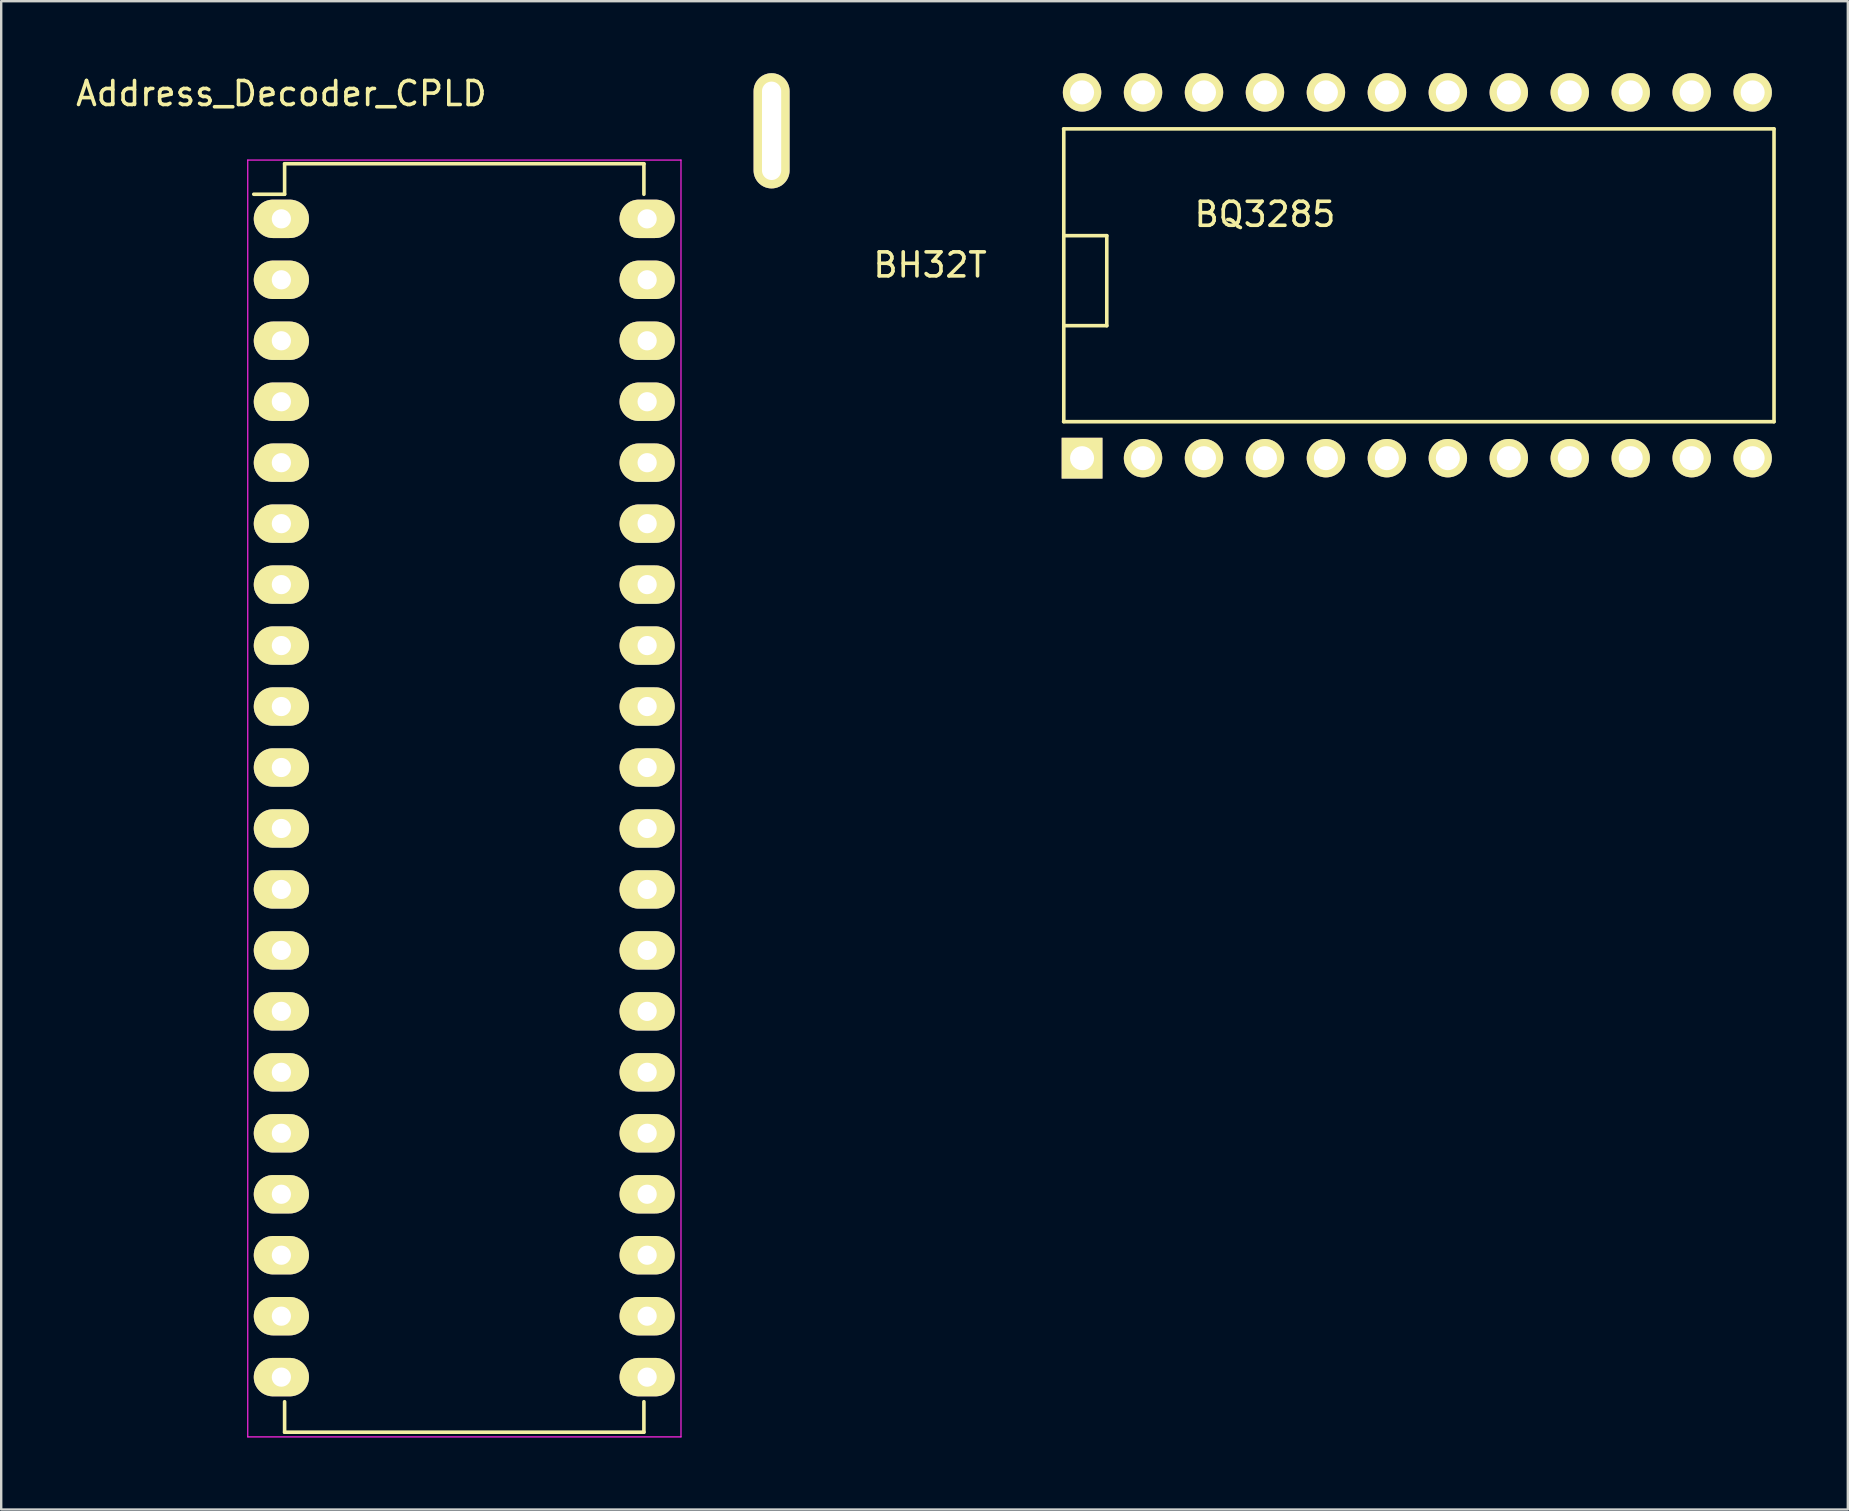
<source format=kicad_pcb>
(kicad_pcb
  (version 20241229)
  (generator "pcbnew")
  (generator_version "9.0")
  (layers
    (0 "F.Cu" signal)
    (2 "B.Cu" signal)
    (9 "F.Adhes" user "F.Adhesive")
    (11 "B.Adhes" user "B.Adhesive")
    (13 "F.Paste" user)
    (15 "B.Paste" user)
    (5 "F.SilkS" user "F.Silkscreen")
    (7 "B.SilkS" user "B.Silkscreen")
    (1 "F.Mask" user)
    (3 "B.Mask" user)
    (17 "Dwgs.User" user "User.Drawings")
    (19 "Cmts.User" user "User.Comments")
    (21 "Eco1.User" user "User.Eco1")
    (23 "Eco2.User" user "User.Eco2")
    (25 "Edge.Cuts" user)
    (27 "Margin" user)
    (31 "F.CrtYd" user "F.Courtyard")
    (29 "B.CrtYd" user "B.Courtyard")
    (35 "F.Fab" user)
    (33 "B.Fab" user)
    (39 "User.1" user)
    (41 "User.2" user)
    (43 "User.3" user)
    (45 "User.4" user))
  (footprint "BQ3285"
    (layer "F.Cu")
    (at 42.064 16.02)
    (property "Reference" "BQ3285" (at 7.59 -10.14 0) (layer "F.SilkS") (effects (font (size 1 1) (thickness 0.15))))
    (attr through_hole)
    (fp_line (start -0.8 -1.5) (end 28.8 -1.5) (stroke (width 0.15) (type solid)) (layer "F.SilkS"))
    (fp_line (start -0.792 -1.504) (end -0.792 -13.696) (stroke (width 0.15) (type solid)) (layer "F.SilkS"))
    (fp_line (start -0.75 -9.25) (end 1 -9.25) (stroke (width 0.15) (type solid)) (layer "F.SilkS"))
    (fp_line (start 1 -9.25) (end 1 -5.5) (stroke (width 0.15) (type solid)) (layer "F.SilkS"))
    (fp_line (start 1 -5.5) (end -0.75 -5.5) (stroke (width 0.15) (type solid)) (layer "F.SilkS"))
    (fp_line (start 28.8 -13.7) (end -0.8 -13.7) (stroke (width 0.15) (type solid)) (layer "F.SilkS"))
    (fp_line (start 28.8 -13.7) (end 28.8 -1.5) (stroke (width 0.15) (type solid)) (layer "F.SilkS"))
    (pad "1" thru_hole rect (at -0.03 0.02) (size 1.7 1.7) (drill 1) (layers "*.Cu" "*.Mask" "F.SilkS"))
    (pad "2" thru_hole circle (at 2.51 0.02) (size 1.6 1.6) (drill 1) (layers "*.Cu" "*.Mask" "F.SilkS"))
    (pad "3" thru_hole circle (at 5.05 0.02) (size 1.6 1.6) (drill 1) (layers "*.Cu" "*.Mask" "F.SilkS"))
    (pad "4" thru_hole circle (at 7.59 0.02) (size 1.6 1.6) (drill 1) (layers "*.Cu" "*.Mask" "F.SilkS"))
    (pad "5" thru_hole circle (at 10.13 0.02) (size 1.6 1.6) (drill 1) (layers "*.Cu" "*.Mask" "F.SilkS"))
    (pad "6" thru_hole circle (at 12.67 0.02) (size 1.6 1.6) (drill 1) (layers "*.Cu" "*.Mask" "F.SilkS"))
    (pad "7" thru_hole circle (at 15.21 0.02) (size 1.6 1.6) (drill 1) (layers "*.Cu" "*.Mask" "F.SilkS"))
    (pad "8" thru_hole circle (at 17.75 0.02) (size 1.6 1.6) (drill 1) (layers "*.Cu" "*.Mask" "F.SilkS"))
    (pad "9" thru_hole circle (at 20.29 0.02) (size 1.6 1.6) (drill 1) (layers "*.Cu" "*.Mask" "F.SilkS"))
    (pad "10" thru_hole circle (at 22.83 0.02) (size 1.6 1.6) (drill 1) (layers "*.Cu" "*.Mask" "F.SilkS"))
    (pad "11" thru_hole circle (at 25.37 0.02) (size 1.6 1.6) (drill 1) (layers "*.Cu" "*.Mask" "F.SilkS"))
    (pad "12" thru_hole circle (at 27.91 0.02) (size 1.6 1.6) (drill 1) (layers "*.Cu" "*.Mask" "F.SilkS"))
    (pad "13" thru_hole circle (at 27.91 -15.22) (size 1.6 1.6) (drill 1) (layers "*.Cu" "*.Mask" "F.SilkS"))
    (pad "14" thru_hole circle (at 25.37 -15.22) (size 1.6 1.6) (drill 1) (layers "*.Cu" "*.Mask" "F.SilkS"))
    (pad "15" thru_hole circle (at 22.83 -15.22) (size 1.6 1.6) (drill 1) (layers "*.Cu" "*.Mask" "F.SilkS"))
    (pad "16" thru_hole circle (at 20.29 -15.22) (size 1.6 1.6) (drill 1) (layers "*.Cu" "*.Mask" "F.SilkS"))
    (pad "17" thru_hole circle (at 17.75 -15.22) (size 1.6 1.6) (drill 1) (layers "*.Cu" "*.Mask" "F.SilkS"))
    (pad "18" thru_hole circle (at 15.21 -15.22) (size 1.6 1.6) (drill 1) (layers "*.Cu" "*.Mask" "F.SilkS"))
    (pad "19" thru_hole circle (at 12.67 -15.22) (size 1.6 1.6) (drill 1) (layers "*.Cu" "*.Mask" "F.SilkS"))
    (pad "20" thru_hole circle (at 10.13 -15.22) (size 1.6 1.6) (drill 1) (layers "*.Cu" "*.Mask" "F.SilkS"))
    (pad "21" thru_hole circle (at 7.59 -15.22) (size 1.6 1.6) (drill 1) (layers "*.Cu" "*.Mask" "F.SilkS"))
    (pad "22" thru_hole circle (at 5.05 -15.22) (size 1.6 1.6) (drill 1) (layers "*.Cu" "*.Mask" "F.SilkS"))
    (pad "23" thru_hole circle (at 2.51 -15.22) (size 1.6 1.6) (drill 1) (layers "*.Cu" "*.Mask" "F.SilkS"))
    (pad "24" thru_hole circle (at -0.03 -15.22) (size 1.6 1.6) (drill 1) (layers "*.Cu" "*.Mask" "F.SilkS")))
  (footprint "BH32T"
    (layer "F.Cu")
    (at 36.464 2.4)
    (property "Reference" "BH32T" (at -0.762 5.588 0) (layer "F.SilkS") (effects (font (size 1 1) (thickness 0.15))))
    (attr through_hole)
    (pad "1" thru_hole oval (at -7.366 0) (size 1.5 4.8) (drill oval 0.8 4.1) (layers "*.Cu" "*.Mask" "F.SilkS")))
  (footprint "Address_Decoder_CPLD"
    (layer "F.Cu")
    (at 8.673 6.068)
    (property "Reference" "Address_Decoder_CPLD" (at 0 -5.22 0) (layer "F.SilkS") (effects (font (size 1 1) (thickness 0.15))))
    (attr through_hole)
    (fp_line (start 0.135 -2.295) (end 0.135 -1.025) (stroke (width 0.15) (type solid)) (layer "F.SilkS"))
    (fp_line (start 0.135 -2.295) (end 15.105 -2.295) (stroke (width 0.15) (type solid)) (layer "F.SilkS"))
    (fp_line (start 0.135 -1.025) (end -1.15 -1.025) (stroke (width 0.15) (type solid)) (layer "F.SilkS"))
    (fp_line (start 0.135 50.555) (end 0.135 49.285) (stroke (width 0.15) (type solid)) (layer "F.SilkS"))
    (fp_line (start 0.135 50.555) (end 15.105 50.555) (stroke (width 0.15) (type solid)) (layer "F.SilkS"))
    (fp_line (start 15.105 -2.295) (end 15.105 -1.025) (stroke (width 0.15) (type solid)) (layer "F.SilkS"))
    (fp_line (start 15.105 50.555) (end 15.105 49.285) (stroke (width 0.15) (type solid)) (layer "F.SilkS"))
    (fp_line (start -1.4 -2.45) (end -1.4 50.75) (stroke (width 0.05) (type solid)) (layer "F.CrtYd"))
    (fp_line (start -1.4 -2.45) (end 16.65 -2.45) (stroke (width 0.05) (type solid)) (layer "F.CrtYd"))
    (fp_line (start -1.4 50.75) (end 16.65 50.75) (stroke (width 0.05) (type solid)) (layer "F.CrtYd"))
    (fp_line (start 16.65 -2.45) (end 16.65 50.75) (stroke (width 0.05) (type solid)) (layer "F.CrtYd"))
    (pad "1" thru_hole oval (at 0 0) (size 2.3 1.6) (drill 0.8) (layers "*.Cu" "*.Mask" "F.SilkS"))
    (pad "2" thru_hole oval (at 0 2.54) (size 2.3 1.6) (drill 0.8) (layers "*.Cu" "*.Mask" "F.SilkS"))
    (pad "3" thru_hole oval (at 0 5.08) (size 2.3 1.6) (drill 0.8) (layers "*.Cu" "*.Mask" "F.SilkS"))
    (pad "4" thru_hole oval (at 0 7.62) (size 2.3 1.6) (drill 0.8) (layers "*.Cu" "*.Mask" "F.SilkS"))
    (pad "5" thru_hole oval (at 0 10.16) (size 2.3 1.6) (drill 0.8) (layers "*.Cu" "*.Mask" "F.SilkS"))
    (pad "6" thru_hole oval (at 0 12.7) (size 2.3 1.6) (drill 0.8) (layers "*.Cu" "*.Mask" "F.SilkS"))
    (pad "7" thru_hole oval (at 0 15.24) (size 2.3 1.6) (drill 0.8) (layers "*.Cu" "*.Mask" "F.SilkS"))
    (pad "8" thru_hole oval (at 0 17.78) (size 2.3 1.6) (drill 0.8) (layers "*.Cu" "*.Mask" "F.SilkS"))
    (pad "9" thru_hole oval (at 0 20.32) (size 2.3 1.6) (drill 0.8) (layers "*.Cu" "*.Mask" "F.SilkS"))
    (pad "10" thru_hole oval (at 0 22.86) (size 2.3 1.6) (drill 0.8) (layers "*.Cu" "*.Mask" "F.SilkS"))
    (pad "11" thru_hole oval (at 0 25.4) (size 2.3 1.6) (drill 0.8) (layers "*.Cu" "*.Mask" "F.SilkS"))
    (pad "12" thru_hole oval (at 0 27.94) (size 2.3 1.6) (drill 0.8) (layers "*.Cu" "*.Mask" "F.SilkS"))
    (pad "13" thru_hole oval (at 0 30.48) (size 2.3 1.6) (drill 0.8) (layers "*.Cu" "*.Mask" "F.SilkS"))
    (pad "14" thru_hole oval (at 0 33.02) (size 2.3 1.6) (drill 0.8) (layers "*.Cu" "*.Mask" "F.SilkS"))
    (pad "15" thru_hole oval (at 0 35.56) (size 2.3 1.6) (drill 0.8) (layers "*.Cu" "*.Mask" "F.SilkS"))
    (pad "16" thru_hole oval (at 0 38.1) (size 2.3 1.6) (drill 0.8) (layers "*.Cu" "*.Mask" "F.SilkS"))
    (pad "17" thru_hole oval (at 0 40.64) (size 2.3 1.6) (drill 0.8) (layers "*.Cu" "*.Mask" "F.SilkS"))
    (pad "18" thru_hole oval (at 0 43.18) (size 2.3 1.6) (drill 0.8) (layers "*.Cu" "*.Mask" "F.SilkS"))
    (pad "19" thru_hole oval (at 0 45.72) (size 2.3 1.6) (drill 0.8) (layers "*.Cu" "*.Mask" "F.SilkS"))
    (pad "20" thru_hole oval (at 0 48.26) (size 2.3 1.6) (drill 0.8) (layers "*.Cu" "*.Mask" "F.SilkS"))
    (pad "21" thru_hole oval (at 15.24 48.26) (size 2.3 1.6) (drill 0.8) (layers "*.Cu" "*.Mask" "F.SilkS"))
    (pad "22" thru_hole oval (at 15.24 45.72) (size 2.3 1.6) (drill 0.8) (layers "*.Cu" "*.Mask" "F.SilkS"))
    (pad "23" thru_hole oval (at 15.24 43.18) (size 2.3 1.6) (drill 0.8) (layers "*.Cu" "*.Mask" "F.SilkS"))
    (pad "24" thru_hole oval (at 15.24 40.64) (size 2.3 1.6) (drill 0.8) (layers "*.Cu" "*.Mask" "F.SilkS"))
    (pad "25" thru_hole oval (at 15.24 38.1) (size 2.3 1.6) (drill 0.8) (layers "*.Cu" "*.Mask" "F.SilkS"))
    (pad "26" thru_hole oval (at 15.24 35.56) (size 2.3 1.6) (drill 0.8) (layers "*.Cu" "*.Mask" "F.SilkS"))
    (pad "27" thru_hole oval (at 15.24 33.02) (size 2.3 1.6) (drill 0.8) (layers "*.Cu" "*.Mask" "F.SilkS"))
    (pad "28" thru_hole oval (at 15.24 30.48) (size 2.3 1.6) (drill 0.8) (layers "*.Cu" "*.Mask" "F.SilkS"))
    (pad "29" thru_hole oval (at 15.24 27.94) (size 2.3 1.6) (drill 0.8) (layers "*.Cu" "*.Mask" "F.SilkS"))
    (pad "30" thru_hole oval (at 15.24 25.4) (size 2.3 1.6) (drill 0.8) (layers "*.Cu" "*.Mask" "F.SilkS"))
    (pad "31" thru_hole oval (at 15.24 22.86) (size 2.3 1.6) (drill 0.8) (layers "*.Cu" "*.Mask" "F.SilkS"))
    (pad "32" thru_hole oval (at 15.24 20.32) (size 2.3 1.6) (drill 0.8) (layers "*.Cu" "*.Mask" "F.SilkS"))
    (pad "33" thru_hole oval (at 15.24 17.78) (size 2.3 1.6) (drill 0.8) (layers "*.Cu" "*.Mask" "F.SilkS"))
    (pad "34" thru_hole oval (at 15.24 15.24) (size 2.3 1.6) (drill 0.8) (layers "*.Cu" "*.Mask" "F.SilkS"))
    (pad "35" thru_hole oval (at 15.24 12.7) (size 2.3 1.6) (drill 0.8) (layers "*.Cu" "*.Mask" "F.SilkS"))
    (pad "36" thru_hole oval (at 15.24 10.16) (size 2.3 1.6) (drill 0.8) (layers "*.Cu" "*.Mask" "F.SilkS"))
    (pad "37" thru_hole oval (at 15.24 7.62) (size 2.3 1.6) (drill 0.8) (layers "*.Cu" "*.Mask" "F.SilkS"))
    (pad "38" thru_hole oval (at 15.24 5.08) (size 2.3 1.6) (drill 0.8) (layers "*.Cu" "*.Mask" "F.SilkS"))
    (pad "39" thru_hole oval (at 15.24 2.54) (size 2.3 1.6) (drill 0.8) (layers "*.Cu" "*.Mask" "F.SilkS"))
    (pad "40" thru_hole oval (at 15.24 0) (size 2.3 1.6) (drill 0.8) (layers "*.Cu" "*.Mask" "F.SilkS")))
  (gr_rect
    (start -3 -3)
    (end 73.939 59.843)
    (stroke (width 0.1) (type default))
    (fill no)
    (layer "Edge.Cuts")))
</source>
